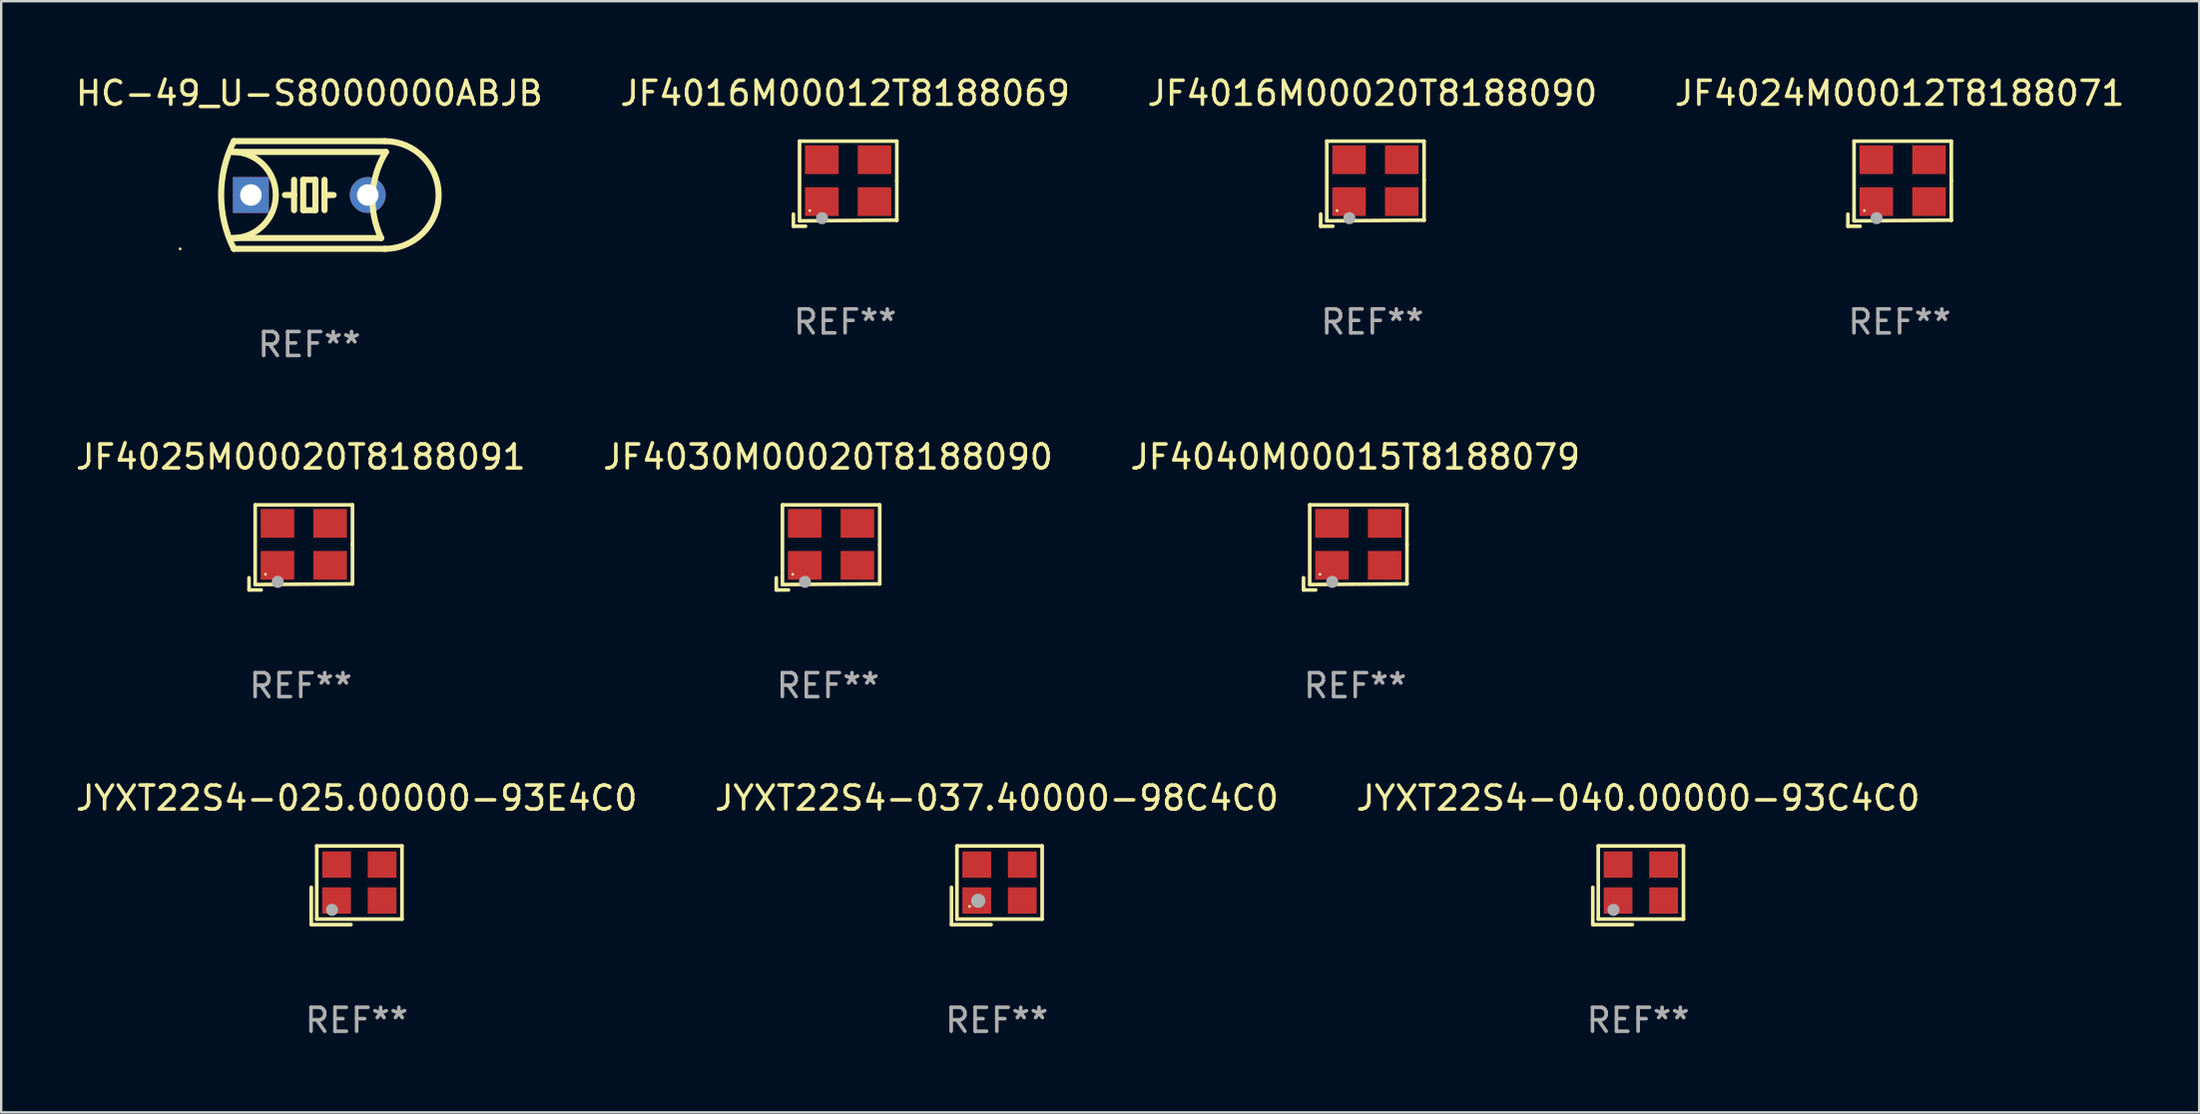
<source format=kicad_pcb>
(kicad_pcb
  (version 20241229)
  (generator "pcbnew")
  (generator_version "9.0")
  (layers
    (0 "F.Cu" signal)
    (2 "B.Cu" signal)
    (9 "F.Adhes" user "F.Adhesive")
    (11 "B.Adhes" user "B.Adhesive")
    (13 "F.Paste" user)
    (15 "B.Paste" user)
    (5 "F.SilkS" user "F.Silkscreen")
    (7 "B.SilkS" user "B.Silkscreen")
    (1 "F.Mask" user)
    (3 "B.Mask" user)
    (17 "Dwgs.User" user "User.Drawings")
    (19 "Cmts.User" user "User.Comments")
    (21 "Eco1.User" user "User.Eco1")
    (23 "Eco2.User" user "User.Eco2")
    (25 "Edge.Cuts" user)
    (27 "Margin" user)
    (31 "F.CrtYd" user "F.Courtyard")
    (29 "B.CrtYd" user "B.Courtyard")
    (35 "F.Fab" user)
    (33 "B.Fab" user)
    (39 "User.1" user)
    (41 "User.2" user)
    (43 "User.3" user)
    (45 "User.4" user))
  (footprint "JF4016M00012T8188069"
    (layer "F.Cu")
    (at 32.232 4.626)
    (property "Reference" "JF4016M00012T8188069" (at 0 -3.778 0) (layer "F.SilkS") (effects (font (size 1 1) (thickness 0.15))))
    (attr through_hole)
    (fp_line (start -2.159 1.27) (end -2.159 1.778) (stroke (width 0.152) (type solid)) (layer "F.SilkS"))
    (fp_line (start -2.159 1.778) (end -1.651 1.778) (stroke (width 0.152) (type solid)) (layer "F.SilkS"))
    (fp_line (start -1.902 -1.778) (end 2.159 -1.778) (stroke (width 0.152) (type solid)) (layer "F.SilkS"))
    (fp_line (start -1.902 1.552) (end -1.902 -1.778) (stroke (width 0.152) (type solid)) (layer "F.SilkS"))
    (fp_line (start 2.159 -1.778) (end 2.159 -0.127) (stroke (width 0.152) (type solid)) (layer "F.SilkS"))
    (fp_line (start 2.159 -0.127) (end 2.159 1.524) (stroke (width 0.152) (type solid)) (layer "F.SilkS"))
    (fp_line (start 2.159 1.524) (end -1.902 1.552) (stroke (width 0.152) (type solid)) (layer "F.SilkS"))
    (fp_line (start 2.159 1.524) (end 2.159 1.524) (stroke (width 0.152) (type solid)) (layer "F.SilkS"))
    (fp_circle (center -1.473 1.123) (end -1.443 1.123) (stroke (width 0.06) (type solid)) (fill no) (layer "F.SilkS"))
    (fp_circle (center -0.961 1.44) (end -0.834 1.44) (stroke (width 0.254) (type solid)) (fill no) (layer "F.Fab"))
    (fp_text user "REF**" (at 0 5.778 0) (layer "F.Fab") (effects (font (size 1 1) (thickness 0.15))))
    (pad "1" smd rect (at -0.973 0.748) (size 1.4 1.2) (layers "F.Cu" "F.Mask" "F.Paste"))
    (pad "2" smd rect (at 1.227 0.748) (size 1.4 1.2) (layers "F.Cu" "F.Mask" "F.Paste"))
    (pad "3" smd rect (at 1.227 -1.002) (size 1.4 1.2) (layers "F.Cu" "F.Mask" "F.Paste"))
    (pad "4" smd rect (at -0.973 -1.002) (size 1.4 1.2) (layers "F.Cu" "F.Mask" "F.Paste")))
  (footprint "JF4040M00015T8188079"
    (layer "F.Cu")
    (at 53.53 19.823)
    (property "Reference" "JF4040M00015T8188079" (at 0 -3.778 0) (layer "F.SilkS") (effects (font (size 1 1) (thickness 0.15))))
    (attr through_hole)
    (fp_line (start -2.159 1.27) (end -2.159 1.778) (stroke (width 0.152) (type solid)) (layer "F.SilkS"))
    (fp_line (start -2.159 1.778) (end -1.651 1.778) (stroke (width 0.152) (type solid)) (layer "F.SilkS"))
    (fp_line (start -1.902 -1.778) (end 2.159 -1.778) (stroke (width 0.152) (type solid)) (layer "F.SilkS"))
    (fp_line (start -1.902 1.552) (end -1.902 -1.778) (stroke (width 0.152) (type solid)) (layer "F.SilkS"))
    (fp_line (start 2.159 -1.778) (end 2.159 -0.127) (stroke (width 0.152) (type solid)) (layer "F.SilkS"))
    (fp_line (start 2.159 -0.127) (end 2.159 1.524) (stroke (width 0.152) (type solid)) (layer "F.SilkS"))
    (fp_line (start 2.159 1.524) (end -1.902 1.552) (stroke (width 0.152) (type solid)) (layer "F.SilkS"))
    (fp_line (start 2.159 1.524) (end 2.159 1.524) (stroke (width 0.152) (type solid)) (layer "F.SilkS"))
    (fp_circle (center -1.473 1.123) (end -1.443 1.123) (stroke (width 0.06) (type solid)) (fill no) (layer "F.SilkS"))
    (fp_circle (center -0.961 1.44) (end -0.834 1.44) (stroke (width 0.254) (type solid)) (fill no) (layer "F.Fab"))
    (fp_text user "REF**" (at 0 5.778 0) (layer "F.Fab") (effects (font (size 1 1) (thickness 0.15))))
    (pad "1" smd rect (at -0.973 0.748) (size 1.4 1.2) (layers "F.Cu" "F.Mask" "F.Paste"))
    (pad "2" smd rect (at 1.227 0.748) (size 1.4 1.2) (layers "F.Cu" "F.Mask" "F.Paste"))
    (pad "3" smd rect (at 1.227 -1.002) (size 1.4 1.2) (layers "F.Cu" "F.Mask" "F.Paste"))
    (pad "4" smd rect (at -0.973 -1.002) (size 1.4 1.2) (layers "F.Cu" "F.Mask" "F.Paste")))
  (footprint "JF4024M00012T8188071"
    (layer "F.Cu")
    (at 76.256 4.626)
    (property "Reference" "JF4024M00012T8188071" (at 0 -3.778 0) (layer "F.SilkS") (effects (font (size 1 1) (thickness 0.15))))
    (attr through_hole)
    (fp_line (start -2.159 1.27) (end -2.159 1.778) (stroke (width 0.152) (type solid)) (layer "F.SilkS"))
    (fp_line (start -2.159 1.778) (end -1.651 1.778) (stroke (width 0.152) (type solid)) (layer "F.SilkS"))
    (fp_line (start -1.902 -1.778) (end 2.159 -1.778) (stroke (width 0.152) (type solid)) (layer "F.SilkS"))
    (fp_line (start -1.902 1.552) (end -1.902 -1.778) (stroke (width 0.152) (type solid)) (layer "F.SilkS"))
    (fp_line (start 2.159 -1.778) (end 2.159 -0.127) (stroke (width 0.152) (type solid)) (layer "F.SilkS"))
    (fp_line (start 2.159 -0.127) (end 2.159 1.524) (stroke (width 0.152) (type solid)) (layer "F.SilkS"))
    (fp_line (start 2.159 1.524) (end -1.902 1.552) (stroke (width 0.152) (type solid)) (layer "F.SilkS"))
    (fp_line (start 2.159 1.524) (end 2.159 1.524) (stroke (width 0.152) (type solid)) (layer "F.SilkS"))
    (fp_circle (center -1.473 1.123) (end -1.443 1.123) (stroke (width 0.06) (type solid)) (fill no) (layer "F.SilkS"))
    (fp_circle (center -0.961 1.44) (end -0.834 1.44) (stroke (width 0.254) (type solid)) (fill no) (layer "F.Fab"))
    (fp_text user "REF**" (at 0 5.778 0) (layer "F.Fab") (effects (font (size 1 1) (thickness 0.15))))
    (pad "1" smd rect (at -0.973 0.748) (size 1.4 1.2) (layers "F.Cu" "F.Mask" "F.Paste"))
    (pad "2" smd rect (at 1.227 0.748) (size 1.4 1.2) (layers "F.Cu" "F.Mask" "F.Paste"))
    (pad "3" smd rect (at 1.227 -1.002) (size 1.4 1.2) (layers "F.Cu" "F.Mask" "F.Paste"))
    (pad "4" smd rect (at -0.973 -1.002) (size 1.4 1.2) (layers "F.Cu" "F.Mask" "F.Paste")))
  (footprint "JYXT22S4-025.00000-93E4C0"
    (layer "F.Cu")
    (at 11.839 33.941)
    (property "Reference" "JYXT22S4-025.00000-93E4C0" (at 0 -3.643 0) (layer "F.SilkS") (effects (font (size 1 1) (thickness 0.15))))
    (attr through_hole)
    (fp_line (start -1.893 0.086) (end -1.893 1.643) (stroke (width 0.152) (type solid)) (layer "F.SilkS"))
    (fp_line (start -1.893 1.643) (end -0.237 1.643) (stroke (width 0.152) (type solid)) (layer "F.SilkS"))
    (fp_line (start -1.665 -1.643) (end 1.893 -1.643) (stroke (width 0.152) (type solid)) (layer "F.SilkS"))
    (fp_line (start -1.665 1.414) (end -1.665 -1.643) (stroke (width 0.152) (type solid)) (layer "F.SilkS"))
    (fp_line (start 1.893 -1.643) (end 1.893 1.414) (stroke (width 0.152) (type solid)) (layer "F.SilkS"))
    (fp_line (start 1.893 1.414) (end -1.665 1.414) (stroke (width 0.152) (type solid)) (layer "F.SilkS"))
    (fp_circle (center -1.136 0.885) (end -1.106 0.885) (stroke (width 0.06) (type solid)) (fill no) (layer "F.SilkS"))
    (fp_circle (center -1.029 1.028) (end -0.902 1.028) (stroke (width 0.254) (type solid)) (fill no) (layer "F.Fab"))
    (fp_text user "REF**" (at 0 5.643 0) (layer "F.Fab") (effects (font (size 1 1) (thickness 0.15))))
    (pad "1" smd rect (at -0.836 0.636) (size 1.2 1.1) (layers "F.Cu" "F.Mask" "F.Paste"))
    (pad "2" smd rect (at 1.064 0.636) (size 1.2 1.1) (layers "F.Cu" "F.Mask" "F.Paste"))
    (pad "3" smd rect (at 1.064 -0.865) (size 1.2 1.1) (layers "F.Cu" "F.Mask" "F.Paste"))
    (pad "4" smd rect (at -0.836 -0.865) (size 1.2 1.1) (layers "F.Cu" "F.Mask" "F.Paste")))
  (footprint "JF4016M00020T8188090"
    (layer "F.Cu")
    (at 54.244 4.626)
    (property "Reference" "JF4016M00020T8188090" (at 0 -3.778 0) (layer "F.SilkS") (effects (font (size 1 1) (thickness 0.15))))
    (attr through_hole)
    (fp_line (start -2.159 1.27) (end -2.159 1.778) (stroke (width 0.152) (type solid)) (layer "F.SilkS"))
    (fp_line (start -2.159 1.778) (end -1.651 1.778) (stroke (width 0.152) (type solid)) (layer "F.SilkS"))
    (fp_line (start -1.902 -1.778) (end 2.159 -1.778) (stroke (width 0.152) (type solid)) (layer "F.SilkS"))
    (fp_line (start -1.902 1.552) (end -1.902 -1.778) (stroke (width 0.152) (type solid)) (layer "F.SilkS"))
    (fp_line (start 2.159 -1.778) (end 2.159 -0.127) (stroke (width 0.152) (type solid)) (layer "F.SilkS"))
    (fp_line (start 2.159 -0.127) (end 2.159 1.524) (stroke (width 0.152) (type solid)) (layer "F.SilkS"))
    (fp_line (start 2.159 1.524) (end -1.902 1.552) (stroke (width 0.152) (type solid)) (layer "F.SilkS"))
    (fp_line (start 2.159 1.524) (end 2.159 1.524) (stroke (width 0.152) (type solid)) (layer "F.SilkS"))
    (fp_circle (center -1.473 1.123) (end -1.443 1.123) (stroke (width 0.06) (type solid)) (fill no) (layer "F.SilkS"))
    (fp_circle (center -0.961 1.44) (end -0.834 1.44) (stroke (width 0.254) (type solid)) (fill no) (layer "F.Fab"))
    (fp_text user "REF**" (at 0 5.778 0) (layer "F.Fab") (effects (font (size 1 1) (thickness 0.15))))
    (pad "1" smd rect (at -0.973 0.748) (size 1.4 1.2) (layers "F.Cu" "F.Mask" "F.Paste"))
    (pad "2" smd rect (at 1.227 0.748) (size 1.4 1.2) (layers "F.Cu" "F.Mask" "F.Paste"))
    (pad "3" smd rect (at 1.227 -1.002) (size 1.4 1.2) (layers "F.Cu" "F.Mask" "F.Paste"))
    (pad "4" smd rect (at -0.973 -1.002) (size 1.4 1.2) (layers "F.Cu" "F.Mask" "F.Paste")))
  (footprint "JF4025M00020T8188091"
    (layer "F.Cu")
    (at 9.506 19.823)
    (property "Reference" "JF4025M00020T8188091" (at 0 -3.778 0) (layer "F.SilkS") (effects (font (size 1 1) (thickness 0.15))))
    (attr through_hole)
    (fp_line (start -2.159 1.27) (end -2.159 1.778) (stroke (width 0.152) (type solid)) (layer "F.SilkS"))
    (fp_line (start -2.159 1.778) (end -1.651 1.778) (stroke (width 0.152) (type solid)) (layer "F.SilkS"))
    (fp_line (start -1.902 -1.778) (end 2.159 -1.778) (stroke (width 0.152) (type solid)) (layer "F.SilkS"))
    (fp_line (start -1.902 1.552) (end -1.902 -1.778) (stroke (width 0.152) (type solid)) (layer "F.SilkS"))
    (fp_line (start 2.159 -1.778) (end 2.159 -0.127) (stroke (width 0.152) (type solid)) (layer "F.SilkS"))
    (fp_line (start 2.159 -0.127) (end 2.159 1.524) (stroke (width 0.152) (type solid)) (layer "F.SilkS"))
    (fp_line (start 2.159 1.524) (end -1.902 1.552) (stroke (width 0.152) (type solid)) (layer "F.SilkS"))
    (fp_line (start 2.159 1.524) (end 2.159 1.524) (stroke (width 0.152) (type solid)) (layer "F.SilkS"))
    (fp_circle (center -1.473 1.123) (end -1.443 1.123) (stroke (width 0.06) (type solid)) (fill no) (layer "F.SilkS"))
    (fp_circle (center -0.961 1.44) (end -0.834 1.44) (stroke (width 0.254) (type solid)) (fill no) (layer "F.Fab"))
    (fp_text user "REF**" (at 0 5.778 0) (layer "F.Fab") (effects (font (size 1 1) (thickness 0.15))))
    (pad "1" smd rect (at -0.973 0.748) (size 1.4 1.2) (layers "F.Cu" "F.Mask" "F.Paste"))
    (pad "2" smd rect (at 1.227 0.748) (size 1.4 1.2) (layers "F.Cu" "F.Mask" "F.Paste"))
    (pad "3" smd rect (at 1.227 -1.002) (size 1.4 1.2) (layers "F.Cu" "F.Mask" "F.Paste"))
    (pad "4" smd rect (at -0.973 -1.002) (size 1.4 1.2) (layers "F.Cu" "F.Mask" "F.Paste")))
  (footprint "JF4030M00020T8188090"
    (layer "F.Cu")
    (at 31.518 19.823)
    (property "Reference" "JF4030M00020T8188090" (at 0 -3.778 0) (layer "F.SilkS") (effects (font (size 1 1) (thickness 0.15))))
    (attr through_hole)
    (fp_line (start -2.159 1.27) (end -2.159 1.778) (stroke (width 0.152) (type solid)) (layer "F.SilkS"))
    (fp_line (start -2.159 1.778) (end -1.651 1.778) (stroke (width 0.152) (type solid)) (layer "F.SilkS"))
    (fp_line (start -1.902 -1.778) (end 2.159 -1.778) (stroke (width 0.152) (type solid)) (layer "F.SilkS"))
    (fp_line (start -1.902 1.552) (end -1.902 -1.778) (stroke (width 0.152) (type solid)) (layer "F.SilkS"))
    (fp_line (start 2.159 -1.778) (end 2.159 -0.127) (stroke (width 0.152) (type solid)) (layer "F.SilkS"))
    (fp_line (start 2.159 -0.127) (end 2.159 1.524) (stroke (width 0.152) (type solid)) (layer "F.SilkS"))
    (fp_line (start 2.159 1.524) (end -1.902 1.552) (stroke (width 0.152) (type solid)) (layer "F.SilkS"))
    (fp_line (start 2.159 1.524) (end 2.159 1.524) (stroke (width 0.152) (type solid)) (layer "F.SilkS"))
    (fp_circle (center -1.473 1.123) (end -1.443 1.123) (stroke (width 0.06) (type solid)) (fill no) (layer "F.SilkS"))
    (fp_circle (center -0.961 1.44) (end -0.834 1.44) (stroke (width 0.254) (type solid)) (fill no) (layer "F.Fab"))
    (fp_text user "REF**" (at 0 5.778 0) (layer "F.Fab") (effects (font (size 1 1) (thickness 0.15))))
    (pad "1" smd rect (at -0.973 0.748) (size 1.4 1.2) (layers "F.Cu" "F.Mask" "F.Paste"))
    (pad "2" smd rect (at 1.227 0.748) (size 1.4 1.2) (layers "F.Cu" "F.Mask" "F.Paste"))
    (pad "3" smd rect (at 1.227 -1.002) (size 1.4 1.2) (layers "F.Cu" "F.Mask" "F.Paste"))
    (pad "4" smd rect (at -0.973 -1.002) (size 1.4 1.2) (layers "F.Cu" "F.Mask" "F.Paste")))
  (footprint "JYXT22S4-037.40000-98C4C0"
    (layer "F.Cu")
    (at 38.565 33.941)
    (property "Reference" "JYXT22S4-037.40000-98C4C0" (at 0 -3.643 0) (layer "F.SilkS") (effects (font (size 1 1) (thickness 0.15))))
    (attr through_hole)
    (fp_line (start -1.893 0.086) (end -1.893 1.643) (stroke (width 0.152) (type solid)) (layer "F.SilkS"))
    (fp_line (start -1.893 1.643) (end -0.237 1.643) (stroke (width 0.152) (type solid)) (layer "F.SilkS"))
    (fp_line (start -1.665 -1.643) (end 1.893 -1.643) (stroke (width 0.152) (type solid)) (layer "F.SilkS"))
    (fp_line (start -1.665 1.414) (end -1.665 -1.643) (stroke (width 0.152) (type solid)) (layer "F.SilkS"))
    (fp_line (start 1.893 -1.643) (end 1.893 1.414) (stroke (width 0.152) (type solid)) (layer "F.SilkS"))
    (fp_line (start 1.893 1.414) (end -1.665 1.414) (stroke (width 0.152) (type solid)) (layer "F.SilkS"))
    (fp_circle (center -1.136 0.885) (end -1.106 0.885) (stroke (width 0.06) (type solid)) (fill no) (layer "F.SilkS"))
    (fp_circle (center -0.775 0.648) (end -0.625 0.648) (stroke (width 0.3) (type solid)) (fill no) (layer "F.Fab"))
    (fp_text user "REF**" (at 0 5.643 0) (layer "F.Fab") (effects (font (size 1 1) (thickness 0.15))))
    (pad "1" smd rect (at -0.836 0.635) (size 1.2 1.1) (layers "F.Cu" "F.Mask" "F.Paste"))
    (pad "2" smd rect (at 1.064 0.635) (size 1.2 1.1) (layers "F.Cu" "F.Mask" "F.Paste"))
    (pad "3" smd rect (at 1.064 -0.864) (size 1.2 1.1) (layers "F.Cu" "F.Mask" "F.Paste"))
    (pad "4" smd rect (at -0.836 -0.864) (size 1.2 1.1) (layers "F.Cu" "F.Mask" "F.Paste")))
  (footprint "JYXT22S4-040.00000-93C4C0"
    (layer "F.Cu")
    (at 65.339 33.941)
    (property "Reference" "JYXT22S4-040.00000-93C4C0" (at 0 -3.643 0) (layer "F.SilkS") (effects (font (size 1 1) (thickness 0.15))))
    (attr through_hole)
    (fp_line (start -1.893 0.086) (end -1.893 1.643) (stroke (width 0.152) (type solid)) (layer "F.SilkS"))
    (fp_line (start -1.893 1.643) (end -0.237 1.643) (stroke (width 0.152) (type solid)) (layer "F.SilkS"))
    (fp_line (start -1.665 -1.643) (end 1.893 -1.643) (stroke (width 0.152) (type solid)) (layer "F.SilkS"))
    (fp_line (start -1.665 1.414) (end -1.665 -1.643) (stroke (width 0.152) (type solid)) (layer "F.SilkS"))
    (fp_line (start 1.893 -1.643) (end 1.893 1.414) (stroke (width 0.152) (type solid)) (layer "F.SilkS"))
    (fp_line (start 1.893 1.414) (end -1.665 1.414) (stroke (width 0.152) (type solid)) (layer "F.SilkS"))
    (fp_circle (center -1.136 0.885) (end -1.106 0.885) (stroke (width 0.06) (type solid)) (fill no) (layer "F.SilkS"))
    (fp_circle (center -1.029 1.028) (end -0.902 1.028) (stroke (width 0.254) (type solid)) (fill no) (layer "F.Fab"))
    (fp_text user "REF**" (at 0 5.643 0) (layer "F.Fab") (effects (font (size 1 1) (thickness 0.15))))
    (pad "1" smd rect (at -0.836 0.636) (size 1.2 1.1) (layers "F.Cu" "F.Mask" "F.Paste"))
    (pad "2" smd rect (at 1.064 0.636) (size 1.2 1.1) (layers "F.Cu" "F.Mask" "F.Paste"))
    (pad "3" smd rect (at 1.064 -0.865) (size 1.2 1.1) (layers "F.Cu" "F.Mask" "F.Paste"))
    (pad "4" smd rect (at -0.836 -0.865) (size 1.2 1.1) (layers "F.Cu" "F.Mask" "F.Paste")))
  (footprint "HC-49_U-S8000000ABJB"
    (layer "F.Cu")
    (at 9.863 5.098)
    (property "Reference" "HC-49_U-S8000000ABJB" (at 0 -4.25 0) (layer "F.SilkS") (effects (font (size 1 1) (thickness 0.15))))
    (attr through_hole)
    (fp_line (start -3.2 -1.8) (end 3.2 -1.8) (stroke (width 0.254) (type solid)) (layer "F.SilkS"))
    (fp_line (start -3.15 2.25) (end 3.15 2.25) (stroke (width 0.254) (type solid)) (layer "F.SilkS"))
    (fp_line (start -0.635 -0.635) (end -0.635 0) (stroke (width 0.254) (type solid)) (layer "F.SilkS"))
    (fp_line (start -0.635 0) (end -1.016 0) (stroke (width 0.254) (type solid)) (layer "F.SilkS"))
    (fp_line (start -0.635 0) (end -0.635 0.635) (stroke (width 0.254) (type solid)) (layer "F.SilkS"))
    (fp_line (start -0.254 -0.635) (end -0.254 0.635) (stroke (width 0.254) (type solid)) (layer "F.SilkS"))
    (fp_line (start -0.254 0.635) (end 0.254 0.635) (stroke (width 0.254) (type solid)) (layer "F.SilkS"))
    (fp_line (start 0.254 -0.635) (end -0.254 -0.635) (stroke (width 0.254) (type solid)) (layer "F.SilkS"))
    (fp_line (start 0.254 0.635) (end 0.254 -0.635) (stroke (width 0.254) (type solid)) (layer "F.SilkS"))
    (fp_line (start 0.635 -0.635) (end 0.635 0) (stroke (width 0.254) (type solid)) (layer "F.SilkS"))
    (fp_line (start 0.635 0) (end 0.635 0.635) (stroke (width 0.254) (type solid)) (layer "F.SilkS"))
    (fp_line (start 0.635 0) (end 1.016 0) (stroke (width 0.254) (type solid)) (layer "F.SilkS"))
    (fp_line (start 3 1.8) (end -3.2 1.8) (stroke (width 0.254) (type solid)) (layer "F.SilkS"))
    (fp_line (start 3.15 -2.25) (end -3.15 -2.25) (stroke (width 0.254) (type solid)) (layer "F.SilkS"))
    (fp_arc (start -3.200406 -1.800864) (mid -1.399974 -0.000635) (end -3.2 1.8) (stroke (width 0.254001) (type solid)) (layer "F.SilkS"))
    (fp_arc (start -3.149606 2.250444) (mid -3.680941 0.000261) (end -3.149987 -2.250013) (stroke (width 0.254001) (type solid)) (layer "F.SilkS"))
    (fp_arc (start 2.999746 1.800863) (mid 2.642982 -0.024977) (end 3.2 -1.8) (stroke (width 0.254001) (type solid)) (layer "F.SilkS"))
    (fp_arc (start 3.149607 -2.250445) (mid 5.399848 -0.000406) (end 3.149987 2.250013) (stroke (width 0.254001) (type solid)) (layer "F.SilkS"))
    (fp_circle (center -5.392 2.25) (end -5.362 2.25) (stroke (width 0.06) (type solid)) (fill no) (layer "F.SilkS"))
    (fp_text user "REF**" (at 0 6.25 0) (layer "F.Fab") (effects (font (size 1 1) (thickness 0.15))))
    (pad "1" thru_hole rect (at -2.44 0) (size 1.5 1.5) (drill 0.9) (layers "*.Cu" "*.Mask"))
    (pad "2" thru_hole circle (at 2.44 0) (size 1.5 1.5) (drill 0.9) (layers "*.Cu" "*.Mask")))
  (gr_rect
    (start -3 -3)
    (end 88.762 43.432)
    (stroke (width 0.1) (type default))
    (fill no)
    (layer "Edge.Cuts")))
</source>
